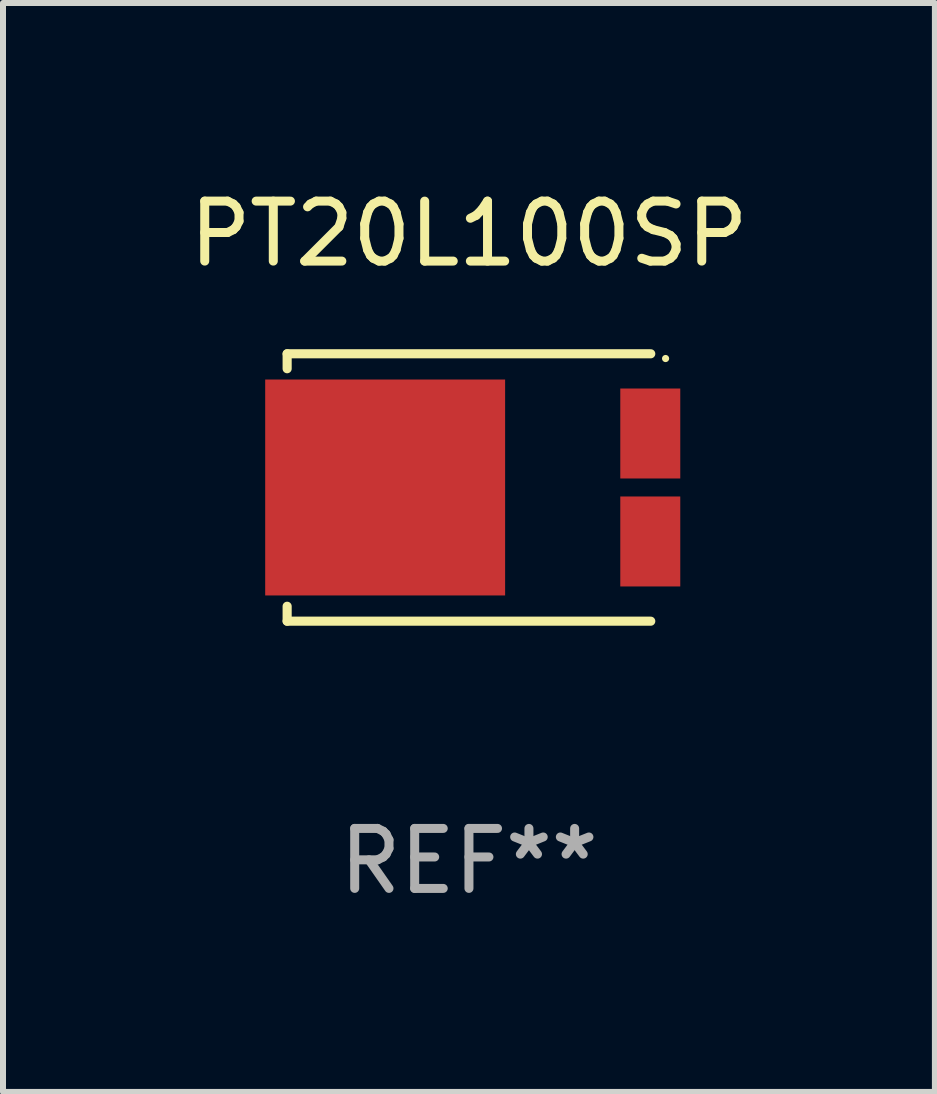
<source format=kicad_pcb>
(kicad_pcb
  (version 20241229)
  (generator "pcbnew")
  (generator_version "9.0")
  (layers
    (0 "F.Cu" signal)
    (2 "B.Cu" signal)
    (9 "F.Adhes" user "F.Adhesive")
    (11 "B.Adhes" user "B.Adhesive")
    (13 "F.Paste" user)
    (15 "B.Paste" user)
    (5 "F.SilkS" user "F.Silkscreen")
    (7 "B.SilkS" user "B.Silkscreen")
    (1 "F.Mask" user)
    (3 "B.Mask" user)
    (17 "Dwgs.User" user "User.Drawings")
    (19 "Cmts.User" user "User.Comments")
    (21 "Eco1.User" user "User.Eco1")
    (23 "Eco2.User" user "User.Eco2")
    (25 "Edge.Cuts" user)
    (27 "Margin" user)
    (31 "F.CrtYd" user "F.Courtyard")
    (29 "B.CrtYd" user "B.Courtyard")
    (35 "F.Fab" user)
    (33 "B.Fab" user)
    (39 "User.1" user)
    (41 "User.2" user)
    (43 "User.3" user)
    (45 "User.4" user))
  (footprint "PT20L100SP"
    (layer "F.Cu")
    (at 4.768 5.077)
    (property "Reference" "PT20L100SP" (at 0 -4.229 0) (layer "F.SilkS") (effects (font (size 1 1) (thickness 0.15))))
    (attr through_hole)
    (fp_line (start -3.031 -2.229) (end -3.031 -1.98) (stroke (width 0.152) (type solid)) (layer "F.SilkS"))
    (fp_line (start -3.031 1.98) (end -3.031 2.229) (stroke (width 0.152) (type solid)) (layer "F.SilkS"))
    (fp_line (start 3.031 -2.229) (end -3.031 -2.229) (stroke (width 0.152) (type solid)) (layer "F.SilkS"))
    (fp_line (start 3.031 2.229) (end -3.031 2.229) (stroke (width 0.152) (type solid)) (layer "F.SilkS"))
    (fp_circle (center 3.278 -2.15) (end 3.308 -2.15) (stroke (width 0.06) (type solid)) (fill no) (layer "F.SilkS"))
    (fp_text user "REF**" (at 0 6.229 0) (layer "F.Fab") (effects (font (size 1 1) (thickness 0.15))))
    (pad "1" smd rect (at 3.023 -0.9) (size 1 1.5) (layers "F.Cu" "F.Mask" "F.Paste"))
    (pad "2" smd rect (at 3.023 0.9) (size 1 1.5) (layers "F.Cu" "F.Mask" "F.Paste"))
    (pad "3" smd rect (at -1.397 0) (size 4 3.6) (layers "F.Cu" "F.Mask" "F.Paste")))
  (gr_rect
    (start -3 -3)
    (end 12.536 15.154)
    (stroke (width 0.1) (type default))
    (fill no)
    (layer "Edge.Cuts")))
</source>
